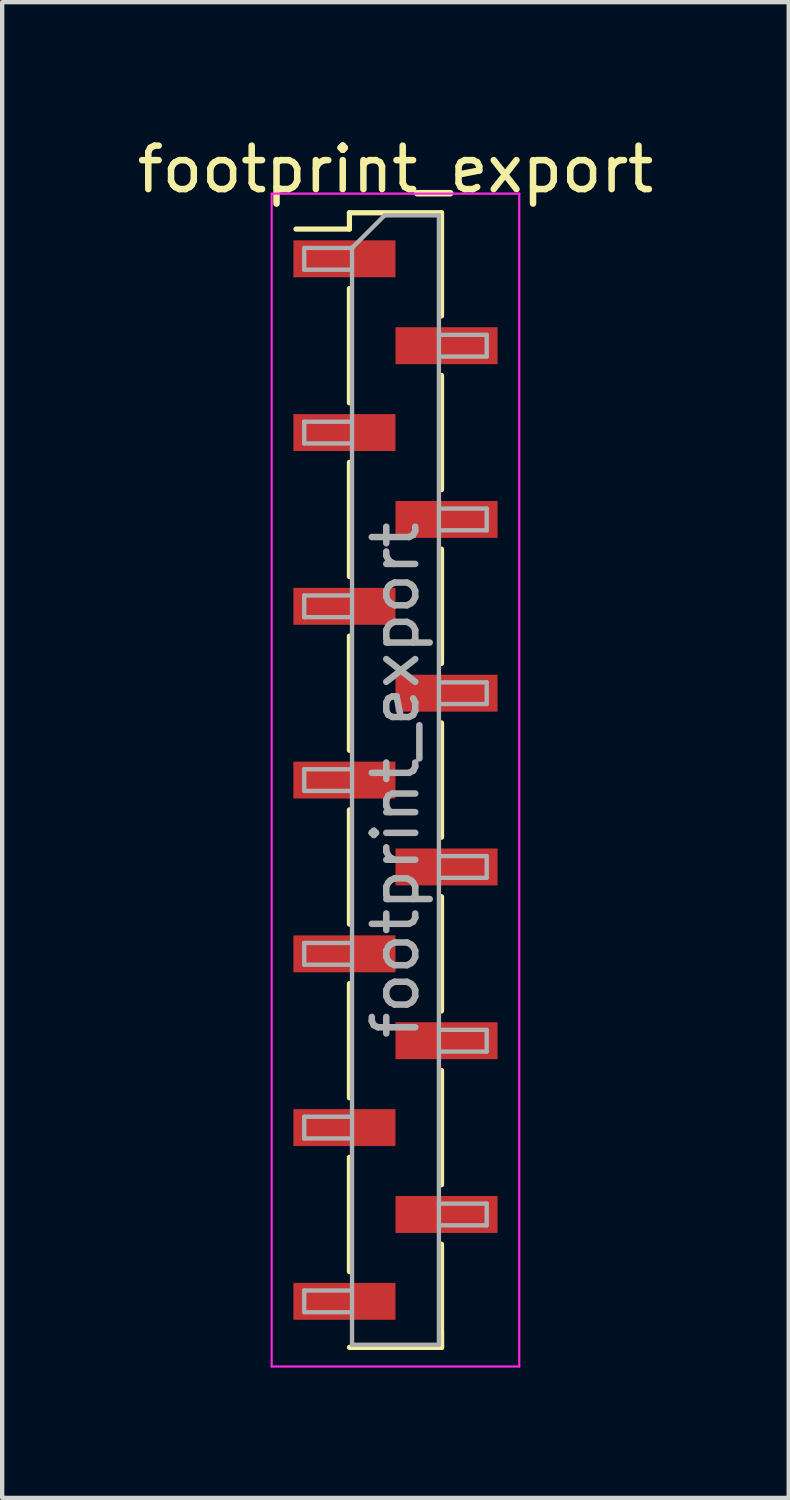
<source format=kicad_pcb>
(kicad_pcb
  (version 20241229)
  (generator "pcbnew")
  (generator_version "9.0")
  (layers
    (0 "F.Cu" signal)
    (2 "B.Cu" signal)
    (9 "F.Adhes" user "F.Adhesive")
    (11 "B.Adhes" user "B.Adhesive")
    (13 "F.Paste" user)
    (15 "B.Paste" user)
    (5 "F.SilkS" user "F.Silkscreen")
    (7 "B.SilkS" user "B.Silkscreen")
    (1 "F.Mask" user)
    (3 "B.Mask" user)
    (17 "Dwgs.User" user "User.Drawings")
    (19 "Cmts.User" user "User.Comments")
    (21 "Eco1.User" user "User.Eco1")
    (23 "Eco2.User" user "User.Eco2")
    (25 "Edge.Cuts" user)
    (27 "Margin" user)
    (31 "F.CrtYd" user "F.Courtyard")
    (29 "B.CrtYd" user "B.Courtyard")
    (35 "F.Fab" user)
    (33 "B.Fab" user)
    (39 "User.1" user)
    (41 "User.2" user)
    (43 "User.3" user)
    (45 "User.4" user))
  (footprint "footprint_export"
    (layer "F.Cu")
    (at 6.054 14.908)
    (property "Reference" "footprint_export" (at 0 -14.06 0) (layer "F.SilkS") (effects (font (size 1 1) (thickness 0.15))))
    (attr smd)
    (fp_line (start -1.06 -13.06) (end -1.06 -12.685) (stroke (width 0.12) (type solid)) (layer "F.SilkS"))
    (fp_line (start -1.06 -13.06) (end 1.06 -13.06) (stroke (width 0.12) (type solid)) (layer "F.SilkS"))
    (fp_line (start -1.06 -12.685) (end -2.29 -12.685) (stroke (width 0.12) (type solid)) (layer "F.SilkS"))
    (fp_line (start -1.06 -11.315) (end -1.06 -8.685) (stroke (width 0.12) (type solid)) (layer "F.SilkS"))
    (fp_line (start -1.06 -7.315) (end -1.06 -4.685) (stroke (width 0.12) (type solid)) (layer "F.SilkS"))
    (fp_line (start -1.06 -3.315) (end -1.06 -0.685) (stroke (width 0.12) (type solid)) (layer "F.SilkS"))
    (fp_line (start -1.06 0.685) (end -1.06 3.315) (stroke (width 0.12) (type solid)) (layer "F.SilkS"))
    (fp_line (start -1.06 4.685) (end -1.06 7.315) (stroke (width 0.12) (type solid)) (layer "F.SilkS"))
    (fp_line (start -1.06 8.685) (end -1.06 11.315) (stroke (width 0.12) (type solid)) (layer "F.SilkS"))
    (fp_line (start -1.06 13.06) (end 1.06 13.06) (stroke (width 0.12) (type solid)) (layer "F.SilkS"))
    (fp_line (start 1.06 -13.06) (end 1.06 -10.685) (stroke (width 0.12) (type solid)) (layer "F.SilkS"))
    (fp_line (start 1.06 -9.315) (end 1.06 -6.685) (stroke (width 0.12) (type solid)) (layer "F.SilkS"))
    (fp_line (start 1.06 -5.315) (end 1.06 -2.685) (stroke (width 0.12) (type solid)) (layer "F.SilkS"))
    (fp_line (start 1.06 -1.315) (end 1.06 1.315) (stroke (width 0.12) (type solid)) (layer "F.SilkS"))
    (fp_line (start 1.06 2.685) (end 1.06 5.315) (stroke (width 0.12) (type solid)) (layer "F.SilkS"))
    (fp_line (start 1.06 6.685) (end 1.06 9.315) (stroke (width 0.12) (type solid)) (layer "F.SilkS"))
    (fp_line (start 1.06 10.685) (end 1.06 13.06) (stroke (width 0.12) (type solid)) (layer "F.SilkS"))
    (fp_line (start 1.06 12.685) (end 1.06 13.06) (stroke (width 0.12) (type solid)) (layer "F.SilkS"))
    (fp_line (start -2.85 -13.5) (end -2.85 13.5) (stroke (width 0.05) (type solid)) (layer "F.CrtYd"))
    (fp_line (start -2.85 13.5) (end 2.85 13.5) (stroke (width 0.05) (type solid)) (layer "F.CrtYd"))
    (fp_line (start 2.85 -13.5) (end -2.85 -13.5) (stroke (width 0.05) (type solid)) (layer "F.CrtYd"))
    (fp_line (start 2.85 13.5) (end 2.85 -13.5) (stroke (width 0.05) (type solid)) (layer "F.CrtYd"))
    (fp_line (start -2.1 -12.25) (end -2.1 -11.75) (stroke (width 0.1) (type solid)) (layer "F.Fab"))
    (fp_line (start -2.1 -11.75) (end -1 -11.75) (stroke (width 0.1) (type solid)) (layer "F.Fab"))
    (fp_line (start -2.1 -8.25) (end -2.1 -7.75) (stroke (width 0.1) (type solid)) (layer "F.Fab"))
    (fp_line (start -2.1 -7.75) (end -1 -7.75) (stroke (width 0.1) (type solid)) (layer "F.Fab"))
    (fp_line (start -2.1 -4.25) (end -2.1 -3.75) (stroke (width 0.1) (type solid)) (layer "F.Fab"))
    (fp_line (start -2.1 -3.75) (end -1 -3.75) (stroke (width 0.1) (type solid)) (layer "F.Fab"))
    (fp_line (start -2.1 -0.25) (end -2.1 0.25) (stroke (width 0.1) (type solid)) (layer "F.Fab"))
    (fp_line (start -2.1 0.25) (end -1 0.25) (stroke (width 0.1) (type solid)) (layer "F.Fab"))
    (fp_line (start -2.1 3.75) (end -2.1 4.25) (stroke (width 0.1) (type solid)) (layer "F.Fab"))
    (fp_line (start -2.1 4.25) (end -1 4.25) (stroke (width 0.1) (type solid)) (layer "F.Fab"))
    (fp_line (start -2.1 7.75) (end -2.1 8.25) (stroke (width 0.1) (type solid)) (layer "F.Fab"))
    (fp_line (start -2.1 8.25) (end -1 8.25) (stroke (width 0.1) (type solid)) (layer "F.Fab"))
    (fp_line (start -2.1 11.75) (end -2.1 12.25) (stroke (width 0.1) (type solid)) (layer "F.Fab"))
    (fp_line (start -2.1 12.25) (end -1 12.25) (stroke (width 0.1) (type solid)) (layer "F.Fab"))
    (fp_line (start -1 -12.25) (end -2.1 -12.25) (stroke (width 0.1) (type solid)) (layer "F.Fab"))
    (fp_line (start -1 -12.25) (end -0.25 -13) (stroke (width 0.1) (type solid)) (layer "F.Fab"))
    (fp_line (start -1 -8.25) (end -2.1 -8.25) (stroke (width 0.1) (type solid)) (layer "F.Fab"))
    (fp_line (start -1 -4.25) (end -2.1 -4.25) (stroke (width 0.1) (type solid)) (layer "F.Fab"))
    (fp_line (start -1 -0.25) (end -2.1 -0.25) (stroke (width 0.1) (type solid)) (layer "F.Fab"))
    (fp_line (start -1 3.75) (end -2.1 3.75) (stroke (width 0.1) (type solid)) (layer "F.Fab"))
    (fp_line (start -1 7.75) (end -2.1 7.75) (stroke (width 0.1) (type solid)) (layer "F.Fab"))
    (fp_line (start -1 11.75) (end -2.1 11.75) (stroke (width 0.1) (type solid)) (layer "F.Fab"))
    (fp_line (start -1 13) (end -1 -12.25) (stroke (width 0.1) (type solid)) (layer "F.Fab"))
    (fp_line (start -0.25 -13) (end 1 -13) (stroke (width 0.1) (type solid)) (layer "F.Fab"))
    (fp_line (start 1 -13) (end 1 13) (stroke (width 0.1) (type solid)) (layer "F.Fab"))
    (fp_line (start 1 -10.25) (end 2.1 -10.25) (stroke (width 0.1) (type solid)) (layer "F.Fab"))
    (fp_line (start 1 -6.25) (end 2.1 -6.25) (stroke (width 0.1) (type solid)) (layer "F.Fab"))
    (fp_line (start 1 -2.25) (end 2.1 -2.25) (stroke (width 0.1) (type solid)) (layer "F.Fab"))
    (fp_line (start 1 1.75) (end 2.1 1.75) (stroke (width 0.1) (type solid)) (layer "F.Fab"))
    (fp_line (start 1 5.75) (end 2.1 5.75) (stroke (width 0.1) (type solid)) (layer "F.Fab"))
    (fp_line (start 1 9.75) (end 2.1 9.75) (stroke (width 0.1) (type solid)) (layer "F.Fab"))
    (fp_line (start 1 13) (end -1 13) (stroke (width 0.1) (type solid)) (layer "F.Fab"))
    (fp_line (start 2.1 -10.25) (end 2.1 -9.75) (stroke (width 0.1) (type solid)) (layer "F.Fab"))
    (fp_line (start 2.1 -9.75) (end 1 -9.75) (stroke (width 0.1) (type solid)) (layer "F.Fab"))
    (fp_line (start 2.1 -6.25) (end 2.1 -5.75) (stroke (width 0.1) (type solid)) (layer "F.Fab"))
    (fp_line (start 2.1 -5.75) (end 1 -5.75) (stroke (width 0.1) (type solid)) (layer "F.Fab"))
    (fp_line (start 2.1 -2.25) (end 2.1 -1.75) (stroke (width 0.1) (type solid)) (layer "F.Fab"))
    (fp_line (start 2.1 -1.75) (end 1 -1.75) (stroke (width 0.1) (type solid)) (layer "F.Fab"))
    (fp_line (start 2.1 1.75) (end 2.1 2.25) (stroke (width 0.1) (type solid)) (layer "F.Fab"))
    (fp_line (start 2.1 2.25) (end 1 2.25) (stroke (width 0.1) (type solid)) (layer "F.Fab"))
    (fp_line (start 2.1 5.75) (end 2.1 6.25) (stroke (width 0.1) (type solid)) (layer "F.Fab"))
    (fp_line (start 2.1 6.25) (end 1 6.25) (stroke (width 0.1) (type solid)) (layer "F.Fab"))
    (fp_line (start 2.1 9.75) (end 2.1 10.25) (stroke (width 0.1) (type solid)) (layer "F.Fab"))
    (fp_line (start 2.1 10.25) (end 1 10.25) (stroke (width 0.1) (type solid)) (layer "F.Fab"))
    (fp_text user "${REFERENCE}" (at 0 0 90) (layer "F.Fab") (effects (font (size 1 1) (thickness 0.15))))
    (pad "1" smd rect (at -1.175 -12) (size 2.35 0.85) (layers "F.Cu" "F.Mask" "F.Paste"))
    (pad "2" smd rect (at 1.175 -10) (size 2.35 0.85) (layers "F.Cu" "F.Mask" "F.Paste"))
    (pad "3" smd rect (at -1.175 -8) (size 2.35 0.85) (layers "F.Cu" "F.Mask" "F.Paste"))
    (pad "4" smd rect (at 1.175 -6) (size 2.35 0.85) (layers "F.Cu" "F.Mask" "F.Paste"))
    (pad "5" smd rect (at -1.175 -4) (size 2.35 0.85) (layers "F.Cu" "F.Mask" "F.Paste"))
    (pad "6" smd rect (at 1.175 -2) (size 2.35 0.85) (layers "F.Cu" "F.Mask" "F.Paste"))
    (pad "7" smd rect (at -1.175 0) (size 2.35 0.85) (layers "F.Cu" "F.Mask" "F.Paste"))
    (pad "8" smd rect (at 1.175 2) (size 2.35 0.85) (layers "F.Cu" "F.Mask" "F.Paste"))
    (pad "9" smd rect (at -1.175 4) (size 2.35 0.85) (layers "F.Cu" "F.Mask" "F.Paste"))
    (pad "10" smd rect (at 1.175 6) (size 2.35 0.85) (layers "F.Cu" "F.Mask" "F.Paste"))
    (pad "11" smd rect (at -1.175 8) (size 2.35 0.85) (layers "F.Cu" "F.Mask" "F.Paste"))
    (pad "12" smd rect (at 1.175 10) (size 2.35 0.85) (layers "F.Cu" "F.Mask" "F.Paste"))
    (pad "13" smd rect (at -1.175 12) (size 2.35 0.85) (layers "F.Cu" "F.Mask" "F.Paste")))
  (gr_rect
    (start -3 -3)
    (end 15.107 31.433)
    (stroke (width 0.1) (type default))
    (fill no)
    (layer "Edge.Cuts")))
</source>
